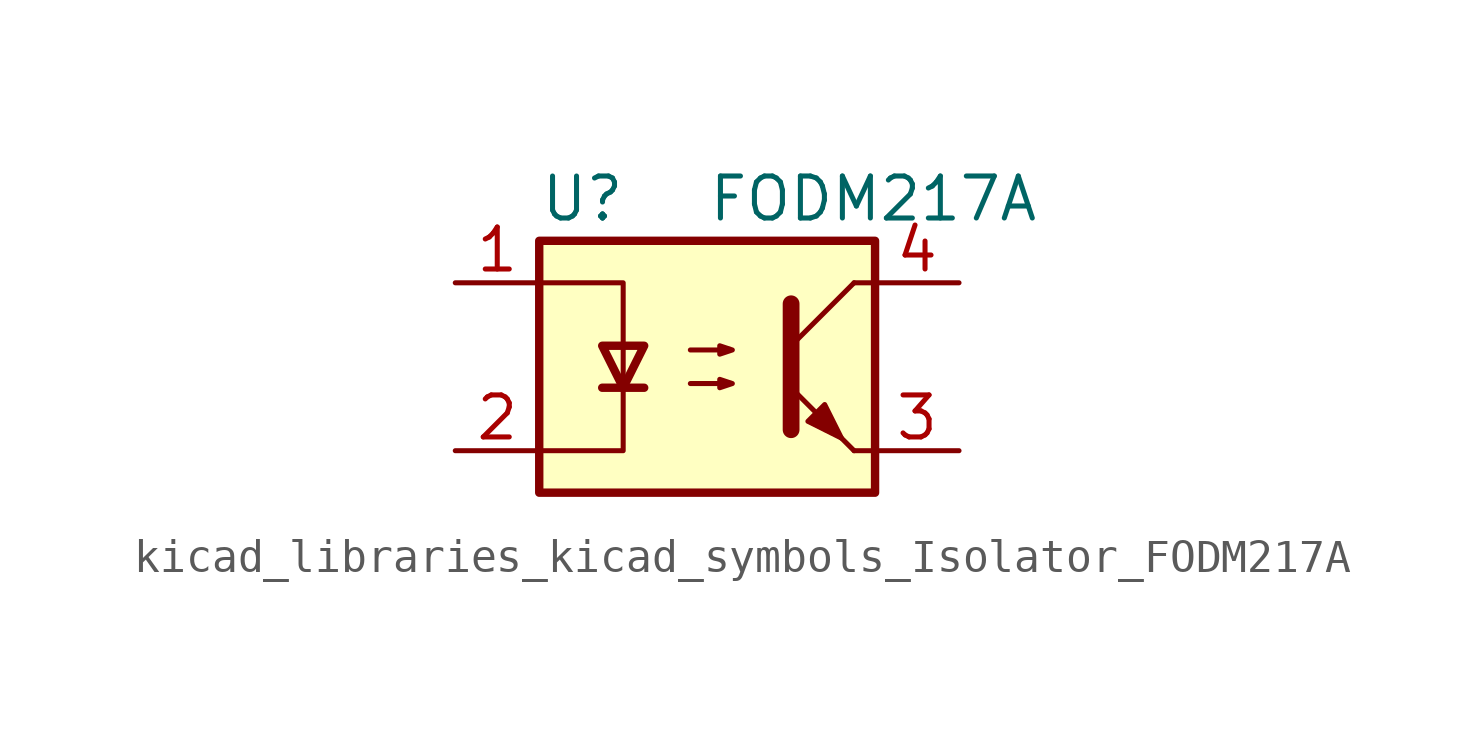
<source format=kicad_sym>
(kicad_symbol_lib
  (version 20220914)
  (generator kicad_symbol_editor)
  (symbol "kicad_libraries_kicad_symbols_Isolator_FODM217A"
    (property "Reference" "U"
      (at -5.08 5.08 0)
      (effects (font (size 1.27 1.27)) (justify left)))
    (property "Value" "FODM217A"
      (at 0 5.08 0)
      (effects (font (size 1.27 1.27)) (justify left)))
    (symbol "kicad_libraries_kicad_symbols_Isolator_FODM217A_0_1"
      (rectangle (start -5.08 3.81) (end 5.08 -3.81) (stroke (width 0.254) (type default)) (fill (type background)))
      (polyline (pts (xy -3.175 -0.635) (xy -1.905 -0.635)) (stroke (width 0.254) (type default)) (fill (type none)))
      (polyline (pts (xy 2.54 0.635) (xy 4.445 2.54)) (stroke (width 0) (type default)) (fill (type none)))
      (polyline (pts (xy 4.445 -2.54) (xy 2.54 -0.635)) (stroke (width 0) (type default)) (fill (type outline)))
      (polyline (pts (xy 4.445 -2.54) (xy 5.08 -2.54)) (stroke (width 0) (type default)) (fill (type none)))
      (polyline (pts (xy 4.445 2.54) (xy 5.08 2.54)) (stroke (width 0) (type default)) (fill (type none)))
      (polyline (pts (xy -5.08 2.54) (xy -2.54 2.54) (xy -2.54 -0.635)) (stroke (width 0) (type default)) (fill (type none)))
      (polyline (pts (xy -2.54 -0.635) (xy -2.54 -2.54) (xy -5.08 -2.54)) (stroke (width 0) (type default)) (fill (type none)))
      (polyline (pts (xy 2.54 1.905) (xy 2.54 -1.905) (xy 2.54 -1.905)) (stroke (width 0.508) (type default)) (fill (type none)))
      (polyline (pts (xy -2.54 -0.635) (xy -3.175 0.635) (xy -1.905 0.635) (xy -2.54 -0.635)) (stroke (width 0.254) (type default)) (fill (type none)))
      (polyline (pts (xy -0.508 -0.508) (xy 0.762 -0.508) (xy 0.381 -0.635) (xy 0.381 -0.381) (xy 0.762 -0.508)) (stroke (width 0) (type default)) (fill (type none)))
      (polyline (pts (xy -0.508 0.508) (xy 0.762 0.508) (xy 0.381 0.381) (xy 0.381 0.635) (xy 0.762 0.508)) (stroke (width 0) (type default)) (fill (type none)))
      (polyline (pts (xy 3.048 -1.651) (xy 3.556 -1.143) (xy 4.064 -2.159) (xy 3.048 -1.651) (xy 3.048 -1.651)) (stroke (width 0) (type default)) (fill (type outline))))
    (symbol "kicad_libraries_kicad_symbols_Isolator_FODM217A_1_1"
      (pin passive line (at -7.62 2.54 0) (length 2.54) (name "~" (effects (font (size 1.27 1.27)))) (number "1" (effects (font (size 1.27 1.27)))))
      (pin passive line (at -7.62 -2.54 0) (length 2.54) (name "~" (effects (font (size 1.27 1.27)))) (number "2" (effects (font (size 1.27 1.27)))))
      (pin passive line (at 7.62 -2.54 180) (length 2.54) (name "~" (effects (font (size 1.27 1.27)))) (number "3" (effects (font (size 1.27 1.27)))))
      (pin passive line (at 7.62 2.54 180) (length 2.54) (name "~" (effects (font (size 1.27 1.27)))) (number "4" (effects (font (size 1.27 1.27))))))))
</source>
